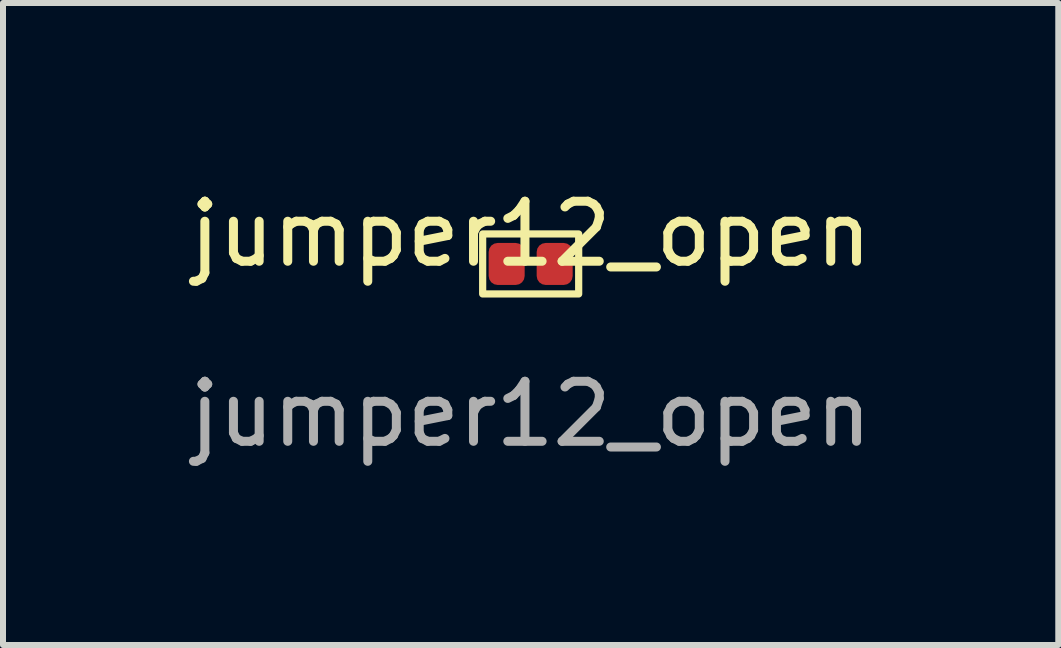
<source format=kicad_pcb>
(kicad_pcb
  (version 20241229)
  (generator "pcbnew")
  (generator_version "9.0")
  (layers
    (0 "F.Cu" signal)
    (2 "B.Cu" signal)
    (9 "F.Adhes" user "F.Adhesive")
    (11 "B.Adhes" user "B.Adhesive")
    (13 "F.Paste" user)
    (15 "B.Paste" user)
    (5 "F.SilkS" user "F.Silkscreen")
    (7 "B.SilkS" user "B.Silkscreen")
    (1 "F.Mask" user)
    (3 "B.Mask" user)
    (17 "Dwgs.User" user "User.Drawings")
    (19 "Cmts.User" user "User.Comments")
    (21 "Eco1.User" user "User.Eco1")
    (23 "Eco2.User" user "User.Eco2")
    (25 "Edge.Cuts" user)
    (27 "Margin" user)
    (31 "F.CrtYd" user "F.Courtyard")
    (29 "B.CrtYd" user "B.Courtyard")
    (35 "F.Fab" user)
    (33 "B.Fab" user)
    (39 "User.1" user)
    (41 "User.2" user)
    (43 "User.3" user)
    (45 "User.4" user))
  (footprint "jumper12_open"
    (layer "F.Cu")
    (at 5.792 1.348)
    (property "Reference" "jumper12_open" (at 0 -0.5 0) (unlocked yes) (layer "F.SilkS") (effects (font (size 1 1) (thickness 0.15))))
    (attr smd)
    (fp_rect (start -0.8 -0.5) (end 0.8 0.5) (stroke (width 0.12) (type default)) (fill no) (layer "F.SilkS"))
    (fp_text user "${REFERENCE}" (at 0 2.5 0) (unlocked yes) (layer "F.Fab") (effects (font (size 1 1) (thickness 0.15))))
    (pad "1" smd roundrect (at -0.4 0) (size 0.6 0.7) (layers "F.Cu" "F.Mask") (roundrect_rratio 0.25))
    (pad "2" smd roundrect (at 0.4 0) (size 0.6 0.7) (layers "F.Cu" "F.Mask") (roundrect_rratio 0.25)))
  (gr_rect
    (start -3 -3)
    (end 14.583 7.697)
    (stroke (width 0.1) (type default))
    (fill no)
    (layer "Edge.Cuts")))
</source>
